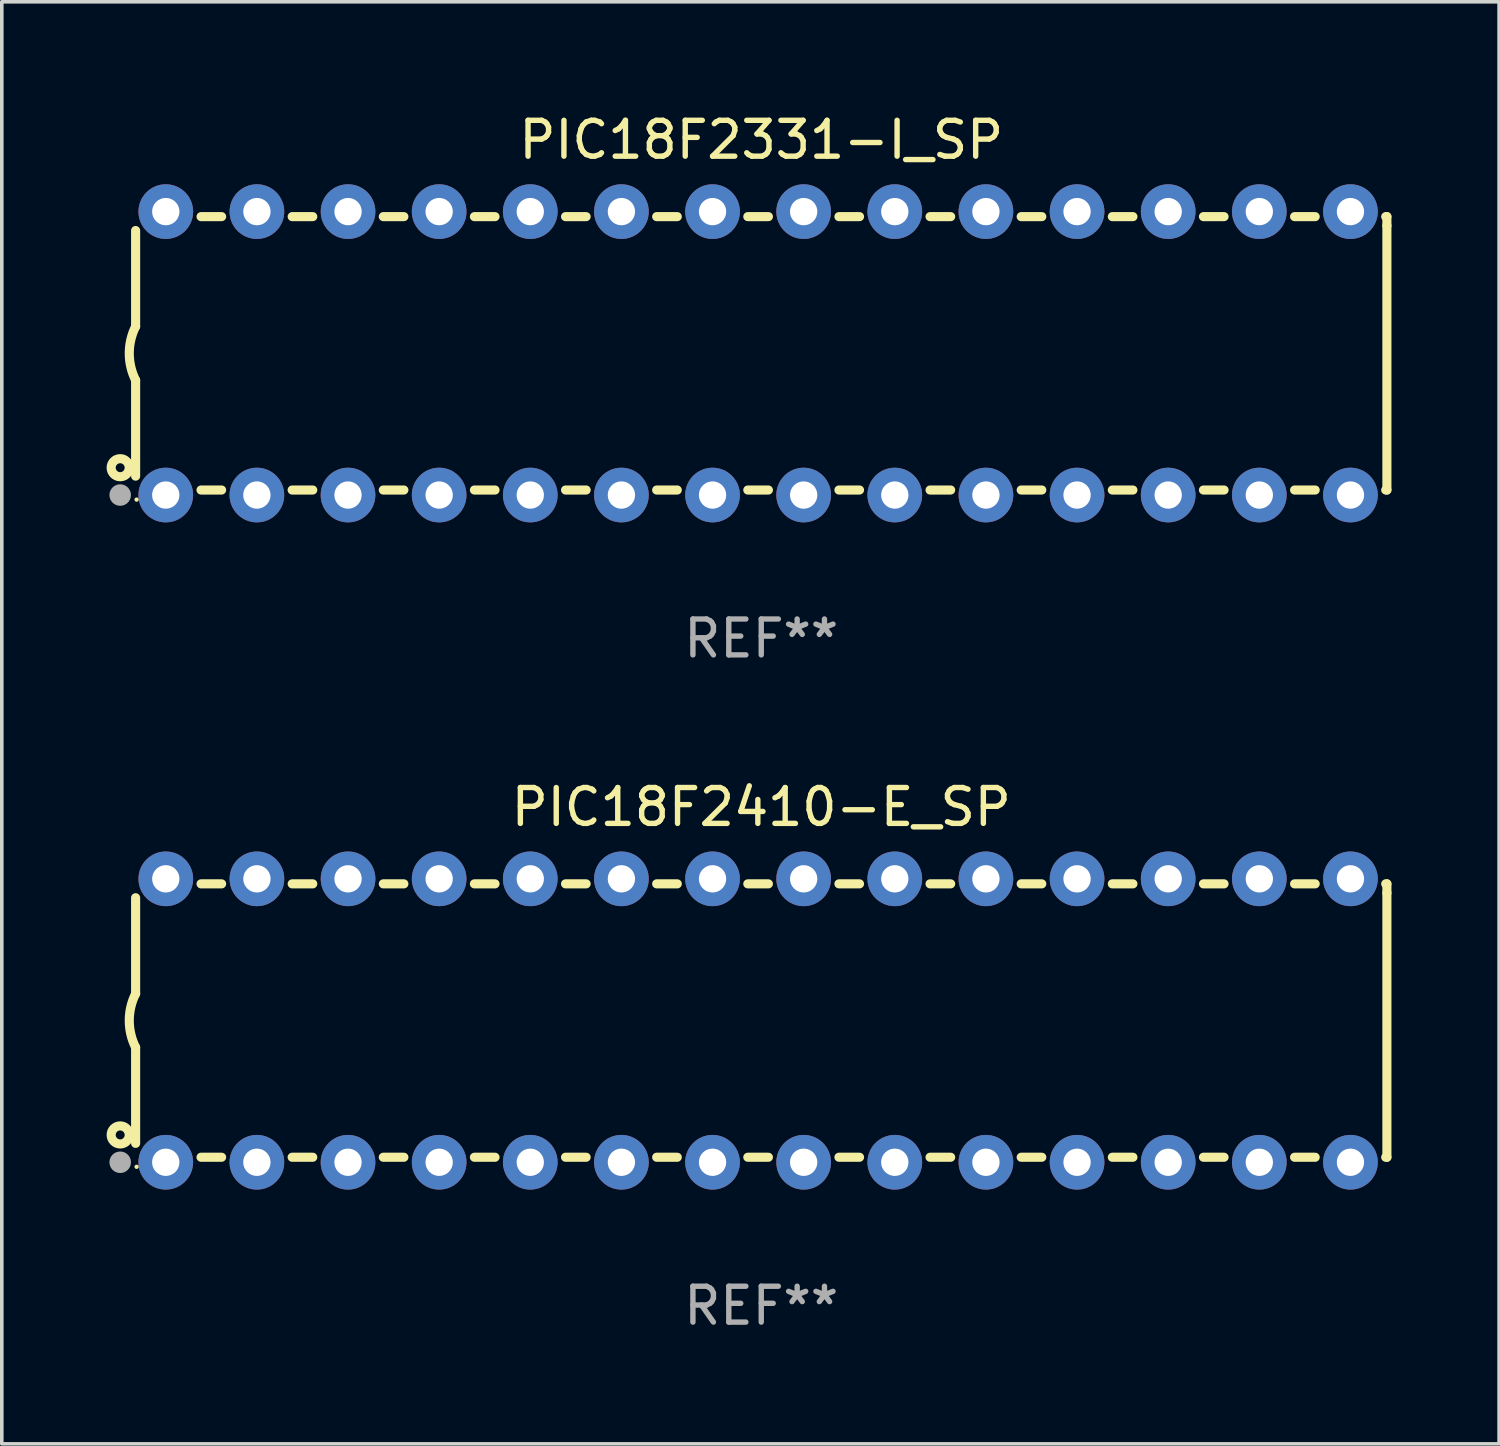
<source format=kicad_pcb>
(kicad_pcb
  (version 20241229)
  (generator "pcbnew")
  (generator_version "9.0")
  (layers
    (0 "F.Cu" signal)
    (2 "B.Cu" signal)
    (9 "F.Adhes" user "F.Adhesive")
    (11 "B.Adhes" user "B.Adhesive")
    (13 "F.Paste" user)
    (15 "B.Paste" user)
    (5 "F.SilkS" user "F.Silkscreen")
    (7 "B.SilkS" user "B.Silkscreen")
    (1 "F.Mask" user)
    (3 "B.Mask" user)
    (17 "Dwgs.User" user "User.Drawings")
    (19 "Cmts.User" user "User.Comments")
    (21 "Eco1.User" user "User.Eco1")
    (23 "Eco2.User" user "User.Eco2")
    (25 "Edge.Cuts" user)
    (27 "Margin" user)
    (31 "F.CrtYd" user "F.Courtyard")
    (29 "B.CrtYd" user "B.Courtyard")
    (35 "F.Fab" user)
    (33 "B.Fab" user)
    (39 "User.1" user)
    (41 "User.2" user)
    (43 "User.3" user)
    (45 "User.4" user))
  (footprint "PIC18F2331-I_SP"
    (layer "F.Cu")
    (at 18.168 6.798)
    (property "Reference" "PIC18F2331-I_SP" (at 0 -5.95 0) (layer "F.SilkS") (effects (font (size 1 1) (thickness 0.15))))
    (attr through_hole)
    (fp_line (start -17.438 0.75) (end -17.438 3.423) (stroke (width 0.254) (type solid)) (layer "F.SilkS"))
    (fp_line (start -17.438 -3.423) (end -17.438 -0.75) (stroke (width 0.254) (type solid)) (layer "F.SilkS"))
    (fp_line (start -15.615 3.81) (end -15.041 3.81) (stroke (width 0.254) (type solid)) (layer "F.SilkS"))
    (fp_line (start -15.041 -3.81) (end -15.614 -3.81) (stroke (width 0.254) (type solid)) (layer "F.SilkS"))
    (fp_line (start -13.075 3.81) (end -12.501 3.81) (stroke (width 0.254) (type solid)) (layer "F.SilkS"))
    (fp_line (start -12.501 -3.81) (end -13.074 -3.81) (stroke (width 0.254) (type solid)) (layer "F.SilkS"))
    (fp_line (start -10.535 3.81) (end -9.961 3.81) (stroke (width 0.254) (type solid)) (layer "F.SilkS"))
    (fp_line (start -9.961 -3.81) (end -10.534 -3.81) (stroke (width 0.254) (type solid)) (layer "F.SilkS"))
    (fp_line (start -7.995 3.81) (end -7.421 3.81) (stroke (width 0.254) (type solid)) (layer "F.SilkS"))
    (fp_line (start -7.421 -3.81) (end -7.995 -3.81) (stroke (width 0.254) (type solid)) (layer "F.SilkS"))
    (fp_line (start -5.455 3.81) (end -4.881 3.81) (stroke (width 0.254) (type solid)) (layer "F.SilkS"))
    (fp_line (start -4.881 -3.81) (end -5.455 -3.81) (stroke (width 0.254) (type solid)) (layer "F.SilkS"))
    (fp_line (start -2.915 3.81) (end -2.341 3.81) (stroke (width 0.254) (type solid)) (layer "F.SilkS"))
    (fp_line (start -2.341 -3.81) (end -2.915 -3.81) (stroke (width 0.254) (type solid)) (layer "F.SilkS"))
    (fp_line (start -0.375 3.81) (end 0.199 3.81) (stroke (width 0.254) (type solid)) (layer "F.SilkS"))
    (fp_line (start 0.199 -3.81) (end -0.375 -3.81) (stroke (width 0.254) (type solid)) (layer "F.SilkS"))
    (fp_line (start 2.165 3.81) (end 2.739 3.81) (stroke (width 0.254) (type solid)) (layer "F.SilkS"))
    (fp_line (start 2.739 -3.81) (end 2.165 -3.81) (stroke (width 0.254) (type solid)) (layer "F.SilkS"))
    (fp_line (start 4.705 3.81) (end 5.279 3.81) (stroke (width 0.254) (type solid)) (layer "F.SilkS"))
    (fp_line (start 5.279 -3.81) (end 4.705 -3.81) (stroke (width 0.254) (type solid)) (layer "F.SilkS"))
    (fp_line (start 7.245 3.81) (end 7.819 3.81) (stroke (width 0.254) (type solid)) (layer "F.SilkS"))
    (fp_line (start 7.819 -3.81) (end 7.245 -3.81) (stroke (width 0.254) (type solid)) (layer "F.SilkS"))
    (fp_line (start 9.785 3.81) (end 10.359 3.81) (stroke (width 0.254) (type solid)) (layer "F.SilkS"))
    (fp_line (start 10.359 -3.81) (end 9.785 -3.81) (stroke (width 0.254) (type solid)) (layer "F.SilkS"))
    (fp_line (start 12.325 3.81) (end 12.899 3.81) (stroke (width 0.254) (type solid)) (layer "F.SilkS"))
    (fp_line (start 12.899 -3.81) (end 12.325 -3.81) (stroke (width 0.254) (type solid)) (layer "F.SilkS"))
    (fp_line (start 14.865 3.81) (end 15.439 3.81) (stroke (width 0.254) (type solid)) (layer "F.SilkS"))
    (fp_line (start 15.439 -3.81) (end 14.865 -3.81) (stroke (width 0.254) (type solid)) (layer "F.SilkS"))
    (fp_line (start 17.405 3.81) (end 17.438 3.81) (stroke (width 0.254) (type solid)) (layer "F.SilkS"))
    (fp_line (start 17.438 -3.81) (end 17.405 -3.81) (stroke (width 0.254) (type solid)) (layer "F.SilkS"))
    (fp_line (start 17.438 -3.556) (end 17.438 -3.81) (stroke (width 0.254) (type solid)) (layer "F.SilkS"))
    (fp_line (start 17.438 3.81) (end 17.438 -3.556) (stroke (width 0.254) (type solid)) (layer "F.SilkS"))
    (fp_arc (start -17.437986 0.749657) (mid -17.614887 -0.000024) (end -17.437783 -0.749657) (stroke (width 0.254001) (type solid)) (layer "F.SilkS"))
    (fp_circle (center -17.868 3.188) (end -17.743 3.188) (stroke (width 0.254) (type solid)) (fill no) (layer "F.SilkS"))
    (fp_circle (center -17.411 4.077) (end -17.381 4.077) (stroke (width 0.06) (type solid)) (fill no) (layer "F.SilkS"))
    (fp_circle (center -17.868 3.95) (end -17.718 3.95) (stroke (width 0.3) (type solid)) (fill no) (layer "F.Fab"))
    (fp_text user "REF**" (at 0 7.95 0) (layer "F.Fab") (effects (font (size 1 1) (thickness 0.15))))
    (pad "1" thru_hole circle (at -16.598 3.95) (size 1.524 1.524) (drill 0.762) (layers "*.Cu" "*.Mask"))
    (pad "2" thru_hole circle (at -14.058 3.95) (size 1.524 1.524) (drill 0.762) (layers "*.Cu" "*.Mask"))
    (pad "3" thru_hole circle (at -11.518 3.95) (size 1.524 1.524) (drill 0.762) (layers "*.Cu" "*.Mask"))
    (pad "4" thru_hole circle (at -8.978 3.95) (size 1.524 1.524) (drill 0.762) (layers "*.Cu" "*.Mask"))
    (pad "5" thru_hole circle (at -6.438 3.95) (size 1.524 1.524) (drill 0.762) (layers "*.Cu" "*.Mask"))
    (pad "6" thru_hole circle (at -3.898 3.95) (size 1.524 1.524) (drill 0.762) (layers "*.Cu" "*.Mask"))
    (pad "7" thru_hole circle (at -1.358 3.95) (size 1.524 1.524) (drill 0.762) (layers "*.Cu" "*.Mask"))
    (pad "8" thru_hole circle (at 1.182 3.95) (size 1.524 1.524) (drill 0.762) (layers "*.Cu" "*.Mask"))
    (pad "9" thru_hole circle (at 3.722 3.95) (size 1.524 1.524) (drill 0.762) (layers "*.Cu" "*.Mask"))
    (pad "10" thru_hole circle (at 6.262 3.95) (size 1.524 1.524) (drill 0.762) (layers "*.Cu" "*.Mask"))
    (pad "11" thru_hole circle (at 8.802 3.95) (size 1.524 1.524) (drill 0.762) (layers "*.Cu" "*.Mask"))
    (pad "12" thru_hole circle (at 11.342 3.95) (size 1.524 1.524) (drill 0.762) (layers "*.Cu" "*.Mask"))
    (pad "13" thru_hole circle (at 13.882 3.95) (size 1.524 1.524) (drill 0.762) (layers "*.Cu" "*.Mask"))
    (pad "14" thru_hole circle (at 16.422 3.95) (size 1.524 1.524) (drill 0.762) (layers "*.Cu" "*.Mask"))
    (pad "15" thru_hole circle (at 16.422 -3.95) (size 1.524 1.524) (drill 0.762) (layers "*.Cu" "*.Mask"))
    (pad "16" thru_hole circle (at 13.882 -3.95) (size 1.524 1.524) (drill 0.762) (layers "*.Cu" "*.Mask"))
    (pad "17" thru_hole circle (at 11.342 -3.95) (size 1.524 1.524) (drill 0.762) (layers "*.Cu" "*.Mask"))
    (pad "18" thru_hole circle (at 8.802 -3.95) (size 1.524 1.524) (drill 0.762) (layers "*.Cu" "*.Mask"))
    (pad "19" thru_hole circle (at 6.262 -3.95) (size 1.524 1.524) (drill 0.762) (layers "*.Cu" "*.Mask"))
    (pad "20" thru_hole circle (at 3.722 -3.95) (size 1.524 1.524) (drill 0.762) (layers "*.Cu" "*.Mask"))
    (pad "21" thru_hole circle (at 1.182 -3.95) (size 1.524 1.524) (drill 0.762) (layers "*.Cu" "*.Mask"))
    (pad "22" thru_hole circle (at -1.358 -3.95) (size 1.524 1.524) (drill 0.762) (layers "*.Cu" "*.Mask"))
    (pad "23" thru_hole circle (at -3.898 -3.95) (size 1.524 1.524) (drill 0.762) (layers "*.Cu" "*.Mask"))
    (pad "24" thru_hole circle (at -6.438 -3.95) (size 1.524 1.524) (drill 0.762) (layers "*.Cu" "*.Mask"))
    (pad "25" thru_hole circle (at -8.978 -3.95) (size 1.524 1.524) (drill 0.762) (layers "*.Cu" "*.Mask"))
    (pad "26" thru_hole circle (at -11.517 -3.95) (size 1.524 1.524) (drill 0.762) (layers "*.Cu" "*.Mask"))
    (pad "27" thru_hole circle (at -14.057 -3.95) (size 1.524 1.524) (drill 0.762) (layers "*.Cu" "*.Mask"))
    (pad "28" thru_hole circle (at -16.597 -3.95) (size 1.524 1.524) (drill 0.762) (layers "*.Cu" "*.Mask")))
  (footprint "PIC18F2410-E_SP"
    (layer "F.Cu")
    (at 18.168 25.395)
    (property "Reference" "PIC18F2410-E_SP" (at 0 -5.95 0) (layer "F.SilkS") (effects (font (size 1 1) (thickness 0.15))))
    (attr through_hole)
    (fp_line (start -17.438 0.75) (end -17.438 3.423) (stroke (width 0.254) (type solid)) (layer "F.SilkS"))
    (fp_line (start -17.438 -3.423) (end -17.438 -0.75) (stroke (width 0.254) (type solid)) (layer "F.SilkS"))
    (fp_line (start -15.615 3.81) (end -15.041 3.81) (stroke (width 0.254) (type solid)) (layer "F.SilkS"))
    (fp_line (start -15.041 -3.81) (end -15.614 -3.81) (stroke (width 0.254) (type solid)) (layer "F.SilkS"))
    (fp_line (start -13.075 3.81) (end -12.501 3.81) (stroke (width 0.254) (type solid)) (layer "F.SilkS"))
    (fp_line (start -12.501 -3.81) (end -13.074 -3.81) (stroke (width 0.254) (type solid)) (layer "F.SilkS"))
    (fp_line (start -10.535 3.81) (end -9.961 3.81) (stroke (width 0.254) (type solid)) (layer "F.SilkS"))
    (fp_line (start -9.961 -3.81) (end -10.534 -3.81) (stroke (width 0.254) (type solid)) (layer "F.SilkS"))
    (fp_line (start -7.995 3.81) (end -7.421 3.81) (stroke (width 0.254) (type solid)) (layer "F.SilkS"))
    (fp_line (start -7.421 -3.81) (end -7.995 -3.81) (stroke (width 0.254) (type solid)) (layer "F.SilkS"))
    (fp_line (start -5.455 3.81) (end -4.881 3.81) (stroke (width 0.254) (type solid)) (layer "F.SilkS"))
    (fp_line (start -4.881 -3.81) (end -5.455 -3.81) (stroke (width 0.254) (type solid)) (layer "F.SilkS"))
    (fp_line (start -2.915 3.81) (end -2.341 3.81) (stroke (width 0.254) (type solid)) (layer "F.SilkS"))
    (fp_line (start -2.341 -3.81) (end -2.915 -3.81) (stroke (width 0.254) (type solid)) (layer "F.SilkS"))
    (fp_line (start -0.375 3.81) (end 0.199 3.81) (stroke (width 0.254) (type solid)) (layer "F.SilkS"))
    (fp_line (start 0.199 -3.81) (end -0.375 -3.81) (stroke (width 0.254) (type solid)) (layer "F.SilkS"))
    (fp_line (start 2.165 3.81) (end 2.739 3.81) (stroke (width 0.254) (type solid)) (layer "F.SilkS"))
    (fp_line (start 2.739 -3.81) (end 2.165 -3.81) (stroke (width 0.254) (type solid)) (layer "F.SilkS"))
    (fp_line (start 4.705 3.81) (end 5.279 3.81) (stroke (width 0.254) (type solid)) (layer "F.SilkS"))
    (fp_line (start 5.279 -3.81) (end 4.705 -3.81) (stroke (width 0.254) (type solid)) (layer "F.SilkS"))
    (fp_line (start 7.245 3.81) (end 7.819 3.81) (stroke (width 0.254) (type solid)) (layer "F.SilkS"))
    (fp_line (start 7.819 -3.81) (end 7.245 -3.81) (stroke (width 0.254) (type solid)) (layer "F.SilkS"))
    (fp_line (start 9.785 3.81) (end 10.359 3.81) (stroke (width 0.254) (type solid)) (layer "F.SilkS"))
    (fp_line (start 10.359 -3.81) (end 9.785 -3.81) (stroke (width 0.254) (type solid)) (layer "F.SilkS"))
    (fp_line (start 12.325 3.81) (end 12.899 3.81) (stroke (width 0.254) (type solid)) (layer "F.SilkS"))
    (fp_line (start 12.899 -3.81) (end 12.325 -3.81) (stroke (width 0.254) (type solid)) (layer "F.SilkS"))
    (fp_line (start 14.865 3.81) (end 15.439 3.81) (stroke (width 0.254) (type solid)) (layer "F.SilkS"))
    (fp_line (start 15.439 -3.81) (end 14.865 -3.81) (stroke (width 0.254) (type solid)) (layer "F.SilkS"))
    (fp_line (start 17.405 3.81) (end 17.438 3.81) (stroke (width 0.254) (type solid)) (layer "F.SilkS"))
    (fp_line (start 17.438 -3.81) (end 17.405 -3.81) (stroke (width 0.254) (type solid)) (layer "F.SilkS"))
    (fp_line (start 17.438 -3.556) (end 17.438 -3.81) (stroke (width 0.254) (type solid)) (layer "F.SilkS"))
    (fp_line (start 17.438 3.81) (end 17.438 -3.556) (stroke (width 0.254) (type solid)) (layer "F.SilkS"))
    (fp_arc (start -17.437986 0.749657) (mid -17.614887 -0.000024) (end -17.437783 -0.749657) (stroke (width 0.254001) (type solid)) (layer "F.SilkS"))
    (fp_circle (center -17.868 3.188) (end -17.743 3.188) (stroke (width 0.254) (type solid)) (fill no) (layer "F.SilkS"))
    (fp_circle (center -17.411 4.077) (end -17.381 4.077) (stroke (width 0.06) (type solid)) (fill no) (layer "F.SilkS"))
    (fp_circle (center -17.868 3.95) (end -17.718 3.95) (stroke (width 0.3) (type solid)) (fill no) (layer "F.Fab"))
    (fp_text user "REF**" (at 0 7.95 0) (layer "F.Fab") (effects (font (size 1 1) (thickness 0.15))))
    (pad "1" thru_hole circle (at -16.598 3.95) (size 1.524 1.524) (drill 0.762) (layers "*.Cu" "*.Mask"))
    (pad "2" thru_hole circle (at -14.058 3.95) (size 1.524 1.524) (drill 0.762) (layers "*.Cu" "*.Mask"))
    (pad "3" thru_hole circle (at -11.518 3.95) (size 1.524 1.524) (drill 0.762) (layers "*.Cu" "*.Mask"))
    (pad "4" thru_hole circle (at -8.978 3.95) (size 1.524 1.524) (drill 0.762) (layers "*.Cu" "*.Mask"))
    (pad "5" thru_hole circle (at -6.438 3.95) (size 1.524 1.524) (drill 0.762) (layers "*.Cu" "*.Mask"))
    (pad "6" thru_hole circle (at -3.898 3.95) (size 1.524 1.524) (drill 0.762) (layers "*.Cu" "*.Mask"))
    (pad "7" thru_hole circle (at -1.358 3.95) (size 1.524 1.524) (drill 0.762) (layers "*.Cu" "*.Mask"))
    (pad "8" thru_hole circle (at 1.182 3.95) (size 1.524 1.524) (drill 0.762) (layers "*.Cu" "*.Mask"))
    (pad "9" thru_hole circle (at 3.722 3.95) (size 1.524 1.524) (drill 0.762) (layers "*.Cu" "*.Mask"))
    (pad "10" thru_hole circle (at 6.262 3.95) (size 1.524 1.524) (drill 0.762) (layers "*.Cu" "*.Mask"))
    (pad "11" thru_hole circle (at 8.802 3.95) (size 1.524 1.524) (drill 0.762) (layers "*.Cu" "*.Mask"))
    (pad "12" thru_hole circle (at 11.342 3.95) (size 1.524 1.524) (drill 0.762) (layers "*.Cu" "*.Mask"))
    (pad "13" thru_hole circle (at 13.882 3.95) (size 1.524 1.524) (drill 0.762) (layers "*.Cu" "*.Mask"))
    (pad "14" thru_hole circle (at 16.422 3.95) (size 1.524 1.524) (drill 0.762) (layers "*.Cu" "*.Mask"))
    (pad "15" thru_hole circle (at 16.422 -3.95) (size 1.524 1.524) (drill 0.762) (layers "*.Cu" "*.Mask"))
    (pad "16" thru_hole circle (at 13.882 -3.95) (size 1.524 1.524) (drill 0.762) (layers "*.Cu" "*.Mask"))
    (pad "17" thru_hole circle (at 11.342 -3.95) (size 1.524 1.524) (drill 0.762) (layers "*.Cu" "*.Mask"))
    (pad "18" thru_hole circle (at 8.802 -3.95) (size 1.524 1.524) (drill 0.762) (layers "*.Cu" "*.Mask"))
    (pad "19" thru_hole circle (at 6.262 -3.95) (size 1.524 1.524) (drill 0.762) (layers "*.Cu" "*.Mask"))
    (pad "20" thru_hole circle (at 3.722 -3.95) (size 1.524 1.524) (drill 0.762) (layers "*.Cu" "*.Mask"))
    (pad "21" thru_hole circle (at 1.182 -3.95) (size 1.524 1.524) (drill 0.762) (layers "*.Cu" "*.Mask"))
    (pad "22" thru_hole circle (at -1.358 -3.95) (size 1.524 1.524) (drill 0.762) (layers "*.Cu" "*.Mask"))
    (pad "23" thru_hole circle (at -3.898 -3.95) (size 1.524 1.524) (drill 0.762) (layers "*.Cu" "*.Mask"))
    (pad "24" thru_hole circle (at -6.438 -3.95) (size 1.524 1.524) (drill 0.762) (layers "*.Cu" "*.Mask"))
    (pad "25" thru_hole circle (at -8.978 -3.95) (size 1.524 1.524) (drill 0.762) (layers "*.Cu" "*.Mask"))
    (pad "26" thru_hole circle (at -11.517 -3.95) (size 1.524 1.524) (drill 0.762) (layers "*.Cu" "*.Mask"))
    (pad "27" thru_hole circle (at -14.057 -3.95) (size 1.524 1.524) (drill 0.762) (layers "*.Cu" "*.Mask"))
    (pad "28" thru_hole circle (at -16.597 -3.95) (size 1.524 1.524) (drill 0.762) (layers "*.Cu" "*.Mask")))
  (gr_rect
    (start -3 -3)
    (end 38.733 37.193)
    (stroke (width 0.1) (type default))
    (fill no)
    (layer "Edge.Cuts")))
</source>
